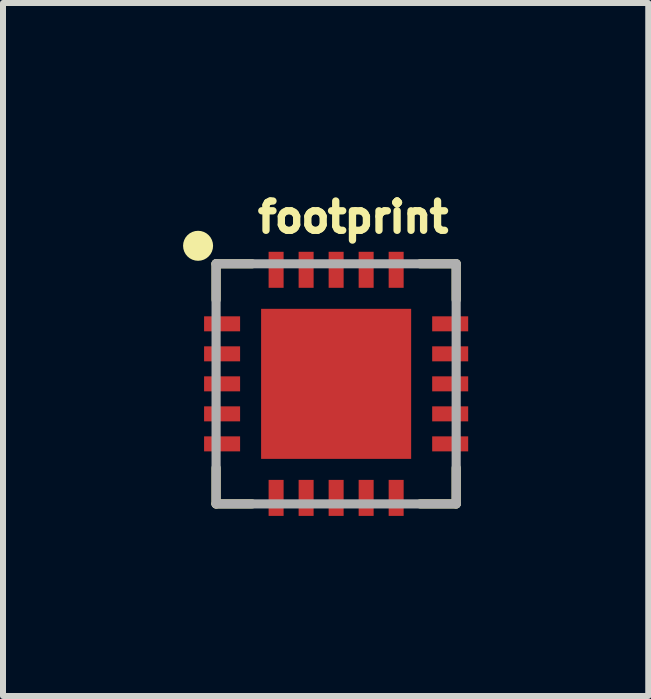
<source format=kicad_pcb>
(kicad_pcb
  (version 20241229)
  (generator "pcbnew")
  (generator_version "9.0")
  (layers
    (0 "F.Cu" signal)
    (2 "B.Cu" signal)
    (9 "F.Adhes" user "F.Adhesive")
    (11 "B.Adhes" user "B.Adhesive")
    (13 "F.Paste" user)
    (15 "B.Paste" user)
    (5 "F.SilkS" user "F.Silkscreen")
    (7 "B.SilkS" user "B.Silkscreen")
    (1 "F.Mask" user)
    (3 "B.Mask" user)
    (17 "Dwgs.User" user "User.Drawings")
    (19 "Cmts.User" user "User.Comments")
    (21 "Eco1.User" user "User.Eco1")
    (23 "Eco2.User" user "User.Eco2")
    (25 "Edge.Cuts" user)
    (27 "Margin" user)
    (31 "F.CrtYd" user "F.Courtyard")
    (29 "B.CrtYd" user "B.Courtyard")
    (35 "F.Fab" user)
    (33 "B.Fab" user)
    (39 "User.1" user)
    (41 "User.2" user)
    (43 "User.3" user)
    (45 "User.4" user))
  (footprint "footprint"
    (layer "F.Cu")
    (at 2.55 3.345)
    (property "Reference" "footprint" (at -1.365 -2.492 0) (layer "F.SilkS") (effects (font (size 0.488 0.488) (thickness 0.122)) (justify left bottom)))
    (fp_line (start -2 -1.4) (end -2 -2) (stroke (width 0.152) (type solid)) (layer "F.SilkS"))
    (fp_line (start -2 2) (end -2 1.4) (stroke (width 0.152) (type solid)) (layer "F.SilkS"))
    (fp_line (start -1.4 -2) (end -2 -2) (stroke (width 0.152) (type solid)) (layer "F.SilkS"))
    (fp_line (start -1.4 2) (end -2 2) (stroke (width 0.152) (type solid)) (layer "F.SilkS"))
    (fp_line (start 2 -2) (end 1.4 -2) (stroke (width 0.152) (type solid)) (layer "F.SilkS"))
    (fp_line (start 2 -1.4) (end 2 -2) (stroke (width 0.152) (type solid)) (layer "F.SilkS"))
    (fp_line (start 2 2) (end 1.4 2) (stroke (width 0.152) (type solid)) (layer "F.SilkS"))
    (fp_line (start 2 2) (end 2 1.4) (stroke (width 0.152) (type solid)) (layer "F.SilkS"))
    (fp_circle (center -2.3 -2.3) (end -2.175 -2.3) (stroke (width 0.25) (type solid)) (fill no) (layer "F.SilkS"))
    (fp_poly (pts (xy -1.143 -0.254) (xy -0.254 -0.254) (xy -0.254 -1.143) (xy -1.143 -1.143)) (stroke (width 0) (type solid)) (fill yes) (layer "F.Paste"))
    (fp_poly (pts (xy -1.143 1.143) (xy -0.254 1.143) (xy -0.254 0.254) (xy -1.143 0.254)) (stroke (width 0) (type solid)) (fill yes) (layer "F.Paste"))
    (fp_poly (pts (xy 0.254 -0.254) (xy 1.143 -0.254) (xy 1.143 -1.143) (xy 0.254 -1.143)) (stroke (width 0) (type solid)) (fill yes) (layer "F.Paste"))
    (fp_poly (pts (xy 0.254 1.143) (xy 1.143 1.143) (xy 1.143 0.254) (xy 0.254 0.254)) (stroke (width 0) (type solid)) (fill yes) (layer "F.Paste"))
    (fp_line (start -2 -2) (end 2 -2) (stroke (width 0.152) (type solid)) (layer "F.Fab"))
    (fp_line (start -2 2) (end -2 -2) (stroke (width 0.152) (type solid)) (layer "F.Fab"))
    (fp_line (start 2 -2) (end 2 2) (stroke (width 0.152) (type solid)) (layer "F.Fab"))
    (fp_line (start 2 2) (end -2 2) (stroke (width 0.152) (type solid)) (layer "F.Fab"))
    (pad "1" smd rect (at -1.9 -1) (size 0.6 0.25) (layers "F.Cu" "F.Mask" "F.Paste"))
    (pad "2" smd rect (at -1.9 -0.5) (size 0.6 0.25) (layers "F.Cu" "F.Mask" "F.Paste"))
    (pad "3" smd rect (at -1.9 0) (size 0.6 0.25) (layers "F.Cu" "F.Mask" "F.Paste"))
    (pad "4" smd rect (at -1.9 0.5) (size 0.6 0.25) (layers "F.Cu" "F.Mask" "F.Paste"))
    (pad "5" smd rect (at -1.9 1) (size 0.6 0.25) (layers "F.Cu" "F.Mask" "F.Paste"))
    (pad "6" smd rect (at -1 1.9 90) (size 0.6 0.25) (layers "F.Cu" "F.Mask" "F.Paste"))
    (pad "7" smd rect (at -0.5 1.9 90) (size 0.6 0.25) (layers "F.Cu" "F.Mask" "F.Paste"))
    (pad "8" smd rect (at 0 1.9 90) (size 0.6 0.25) (layers "F.Cu" "F.Mask" "F.Paste"))
    (pad "9" smd rect (at 0.5 1.9 90) (size 0.6 0.25) (layers "F.Cu" "F.Mask" "F.Paste"))
    (pad "10" smd rect (at 1 1.9 90) (size 0.6 0.25) (layers "F.Cu" "F.Mask" "F.Paste"))
    (pad "11" smd rect (at 1.9 1 180) (size 0.6 0.25) (layers "F.Cu" "F.Mask" "F.Paste"))
    (pad "12" smd rect (at 1.9 0.5 180) (size 0.6 0.25) (layers "F.Cu" "F.Mask" "F.Paste"))
    (pad "13" smd rect (at 1.9 0 180) (size 0.6 0.25) (layers "F.Cu" "F.Mask" "F.Paste"))
    (pad "14" smd rect (at 1.9 -0.5 180) (size 0.6 0.25) (layers "F.Cu" "F.Mask" "F.Paste"))
    (pad "15" smd rect (at 1.9 -1 180) (size 0.6 0.25) (layers "F.Cu" "F.Mask" "F.Paste"))
    (pad "16" smd rect (at 1 -1.9 270) (size 0.6 0.25) (layers "F.Cu" "F.Mask" "F.Paste"))
    (pad "17" smd rect (at 0.5 -1.9 270) (size 0.6 0.25) (layers "F.Cu" "F.Mask" "F.Paste"))
    (pad "18" smd rect (at 0 -1.9 270) (size 0.6 0.25) (layers "F.Cu" "F.Mask" "F.Paste"))
    (pad "19" smd rect (at -0.5 -1.9 270) (size 0.6 0.25) (layers "F.Cu" "F.Mask" "F.Paste"))
    (pad "20" smd rect (at -1 -1.9 270) (size 0.6 0.25) (layers "F.Cu" "F.Mask" "F.Paste"))
    (pad "PAD" smd rect (at 0 0) (size 2.5 2.5) (layers "F.Cu" "F.Mask")))
  (gr_rect
    (start -3 -3)
    (end 7.75 8.545)
    (stroke (width 0.1) (type default))
    (fill no)
    (layer "Edge.Cuts")))
</source>
